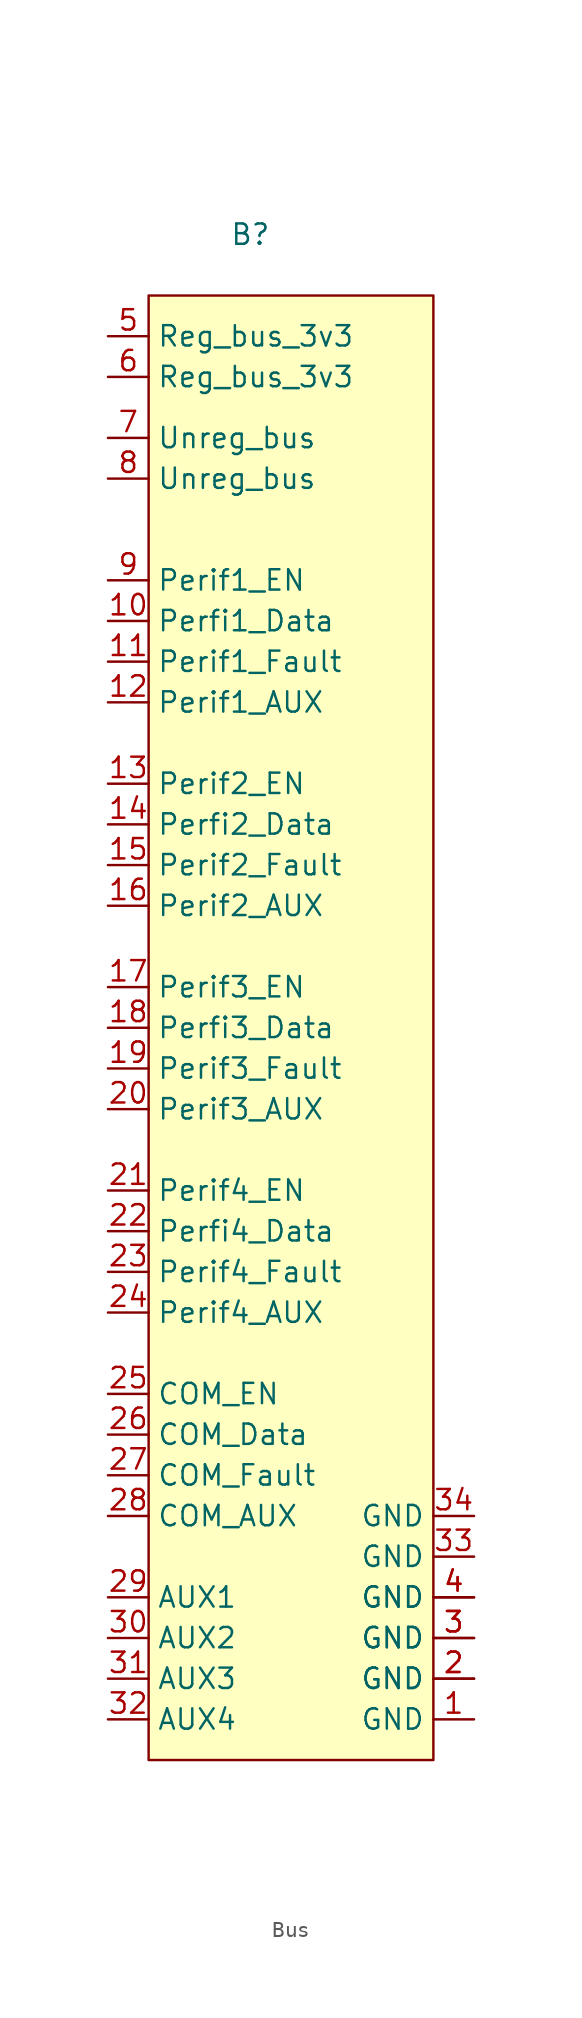
<source format=kicad_sym>
(kicad_symbol_lib
  (version 20220914)
  (generator kicad_symbol_editor)
  (symbol "Bus"
    (property "Reference" "B"
      (at -1.27 12.7 0)
      (effects (font (size 1.27 1.27))))
    (property "Value" ""
      (at 0 0 0)
      (effects (font (size 1.27 1.27))))
    (symbol "Bus_1_1"
      (rectangle (start -7.62 8.89) (end 10.16 -82.55) (stroke (width 0) (type default)) (fill (type background)))
      (pin input line (at 12.7 -80.01 180) (length 2.54) (name "GND" (effects (font (size 1.27 1.27)))) (number "1" (effects (font (size 1.27 1.27)))))
      (pin input line (at -10.16 -11.43 0) (length 2.54) (name "Perfi1_Data" (effects (font (size 1.27 1.27)))) (number "10" (effects (font (size 1.27 1.27)))))
      (pin input line (at -10.16 -13.97 0) (length 2.54) (name "Perif1_Fault" (effects (font (size 1.27 1.27)))) (number "11" (effects (font (size 1.27 1.27)))))
      (pin input line (at -10.16 -16.51 0) (length 2.54) (name "Perif1_AUX" (effects (font (size 1.27 1.27)))) (number "12" (effects (font (size 1.27 1.27)))))
      (pin input line (at -10.16 -21.59 0) (length 2.54) (name "Perif2_EN" (effects (font (size 1.27 1.27)))) (number "13" (effects (font (size 1.27 1.27)))))
      (pin input line (at -10.16 -24.13 0) (length 2.54) (name "Perfi2_Data" (effects (font (size 1.27 1.27)))) (number "14" (effects (font (size 1.27 1.27)))))
      (pin input line (at -10.16 -26.67 0) (length 2.54) (name "Perif2_Fault" (effects (font (size 1.27 1.27)))) (number "15" (effects (font (size 1.27 1.27)))))
      (pin input line (at -10.16 -29.21 0) (length 2.54) (name "Perif2_AUX" (effects (font (size 1.27 1.27)))) (number "16" (effects (font (size 1.27 1.27)))))
      (pin input line (at -10.16 -34.29 0) (length 2.54) (name "Perif3_EN" (effects (font (size 1.27 1.27)))) (number "17" (effects (font (size 1.27 1.27)))))
      (pin input line (at -10.16 -36.83 0) (length 2.54) (name "Perfi3_Data" (effects (font (size 1.27 1.27)))) (number "18" (effects (font (size 1.27 1.27)))))
      (pin input line (at -10.16 -39.37 0) (length 2.54) (name "Perif3_Fault" (effects (font (size 1.27 1.27)))) (number "19" (effects (font (size 1.27 1.27)))))
      (pin input line (at 12.7 -77.47 180) (length 2.54) (name "GND" (effects (font (size 1.27 1.27)))) (number "2" (effects (font (size 1.27 1.27)))))
      (pin input line (at 12.7 -77.47 180) (length 2.54) (name "GND" (effects (font (size 1.27 1.27)))) (number "2" (effects (font (size 1.27 1.27)))))
      (pin input line (at -10.16 -41.91 0) (length 2.54) (name "Perif3_AUX" (effects (font (size 1.27 1.27)))) (number "20" (effects (font (size 1.27 1.27)))))
      (pin input line (at -10.16 -46.99 0) (length 2.54) (name "Perif4_EN" (effects (font (size 1.27 1.27)))) (number "21" (effects (font (size 1.27 1.27)))))
      (pin input line (at -10.16 -49.53 0) (length 2.54) (name "Perfi4_Data" (effects (font (size 1.27 1.27)))) (number "22" (effects (font (size 1.27 1.27)))))
      (pin input line (at -10.16 -52.07 0) (length 2.54) (name "Perif4_Fault" (effects (font (size 1.27 1.27)))) (number "23" (effects (font (size 1.27 1.27)))))
      (pin input line (at -10.16 -54.61 0) (length 2.54) (name "Perif4_AUX" (effects (font (size 1.27 1.27)))) (number "24" (effects (font (size 1.27 1.27)))))
      (pin input line (at -10.16 -59.69 0) (length 2.54) (name "COM_EN" (effects (font (size 1.27 1.27)))) (number "25" (effects (font (size 1.27 1.27)))))
      (pin input line (at -10.16 -62.23 0) (length 2.54) (name "COM_Data" (effects (font (size 1.27 1.27)))) (number "26" (effects (font (size 1.27 1.27)))))
      (pin input line (at -10.16 -64.77 0) (length 2.54) (name "COM_Fault" (effects (font (size 1.27 1.27)))) (number "27" (effects (font (size 1.27 1.27)))))
      (pin input line (at -10.16 -67.31 0) (length 2.54) (name "COM_AUX" (effects (font (size 1.27 1.27)))) (number "28" (effects (font (size 1.27 1.27)))))
      (pin input line (at -10.16 -72.39 0) (length 2.54) (name "AUX1" (effects (font (size 1.27 1.27)))) (number "29" (effects (font (size 1.27 1.27)))))
      (pin input line (at 12.7 -74.93 180) (length 2.54) (name "GND" (effects (font (size 1.27 1.27)))) (number "3" (effects (font (size 1.27 1.27)))))
      (pin input line (at 12.7 -74.93 180) (length 2.54) (name "GND" (effects (font (size 1.27 1.27)))) (number "3" (effects (font (size 1.27 1.27)))))
      (pin input line (at -10.16 -74.93 0) (length 2.54) (name "AUX2" (effects (font (size 1.27 1.27)))) (number "30" (effects (font (size 1.27 1.27)))))
      (pin input line (at -10.16 -77.47 0) (length 2.54) (name "AUX3" (effects (font (size 1.27 1.27)))) (number "31" (effects (font (size 1.27 1.27)))))
      (pin input line (at -10.16 -80.01 0) (length 2.54) (name "AUX4" (effects (font (size 1.27 1.27)))) (number "32" (effects (font (size 1.27 1.27)))))
      (pin input line (at 12.7 -69.85 180) (length 2.54) (name "GND" (effects (font (size 1.27 1.27)))) (number "33" (effects (font (size 1.27 1.27)))))
      (pin input line (at 12.7 -67.31 180) (length 2.54) (name "GND" (effects (font (size 1.27 1.27)))) (number "34" (effects (font (size 1.27 1.27)))))
      (pin input line (at 12.7 -72.39 180) (length 2.54) (name "GND" (effects (font (size 1.27 1.27)))) (number "4" (effects (font (size 1.27 1.27)))))
      (pin input line (at 12.7 -72.39 180) (length 2.54) (name "GND" (effects (font (size 1.27 1.27)))) (number "4" (effects (font (size 1.27 1.27)))))
      (pin input line (at -10.16 6.35 0) (length 2.54) (name "Reg_bus_3v3" (effects (font (size 1.27 1.27)))) (number "5" (effects (font (size 1.27 1.27)))))
      (pin input line (at -10.16 3.81 0) (length 2.54) (name "Reg_bus_3v3" (effects (font (size 1.27 1.27)))) (number "6" (effects (font (size 1.27 1.27)))))
      (pin input line (at -10.16 0 0) (length 2.54) (name "Unreg_bus" (effects (font (size 1.27 1.27)))) (number "7" (effects (font (size 1.27 1.27)))))
      (pin input line (at -10.16 -2.54 0) (length 2.54) (name "Unreg_bus" (effects (font (size 1.27 1.27)))) (number "8" (effects (font (size 1.27 1.27)))))
      (pin input line (at -10.16 -8.89 0) (length 2.54) (name "Perif1_EN" (effects (font (size 1.27 1.27)))) (number "9" (effects (font (size 1.27 1.27))))))))
</source>
